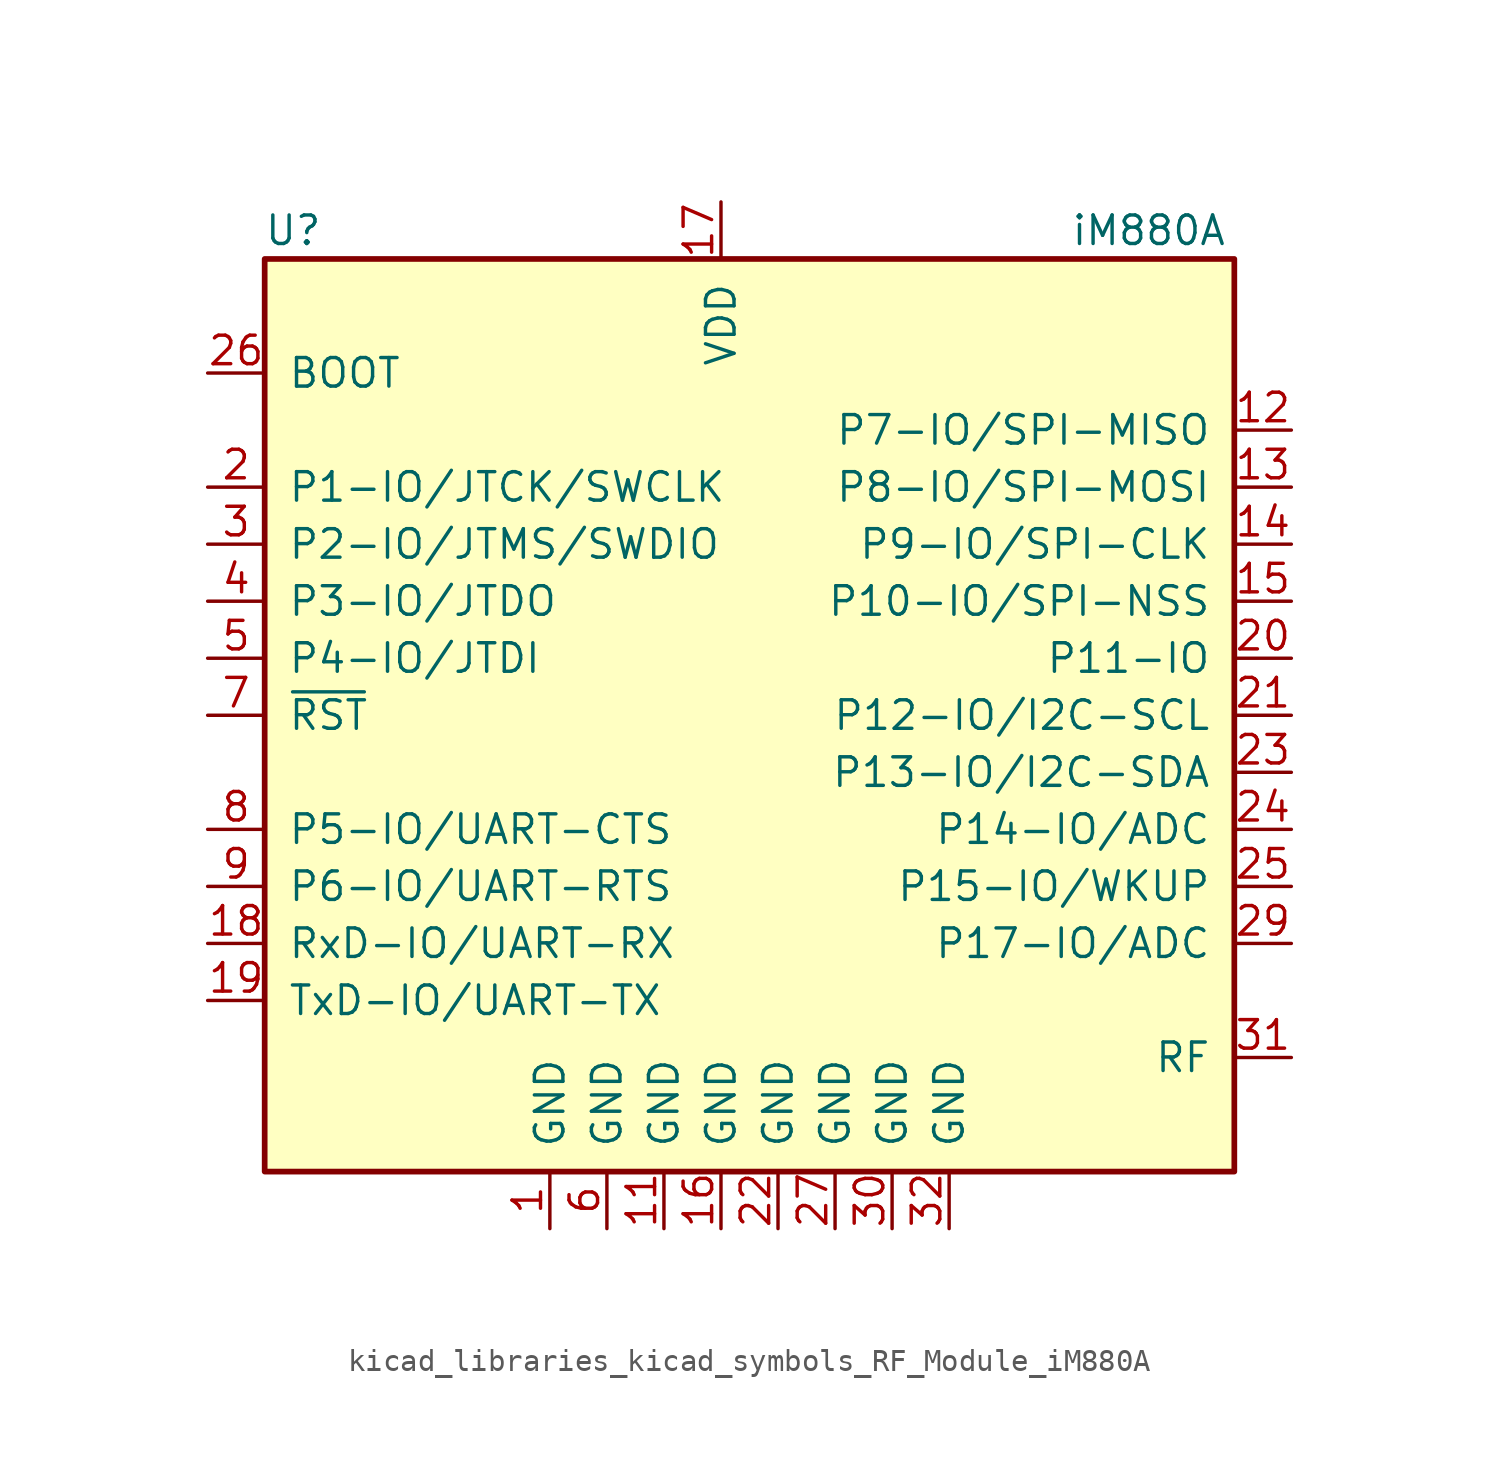
<source format=kicad_sym>
(kicad_symbol_lib
  (version 20220914)
  (generator kicad_symbol_editor)
  (symbol "kicad_libraries_kicad_symbols_RF_Module_iM880A"
    (pin_names
      (offset 1.016))
    (property "Reference" "U"
      (at -19.05 21.59 0)
      (effects (font (size 1.27 1.27))))
    (property "Value" "iM880A"
      (at 19.05 21.59 0)
      (effects (font (size 1.27 1.27))))
    (symbol "kicad_libraries_kicad_symbols_RF_Module_iM880A_0_1"
      (rectangle (start -20.32 20.32) (end 22.86 -20.32) (stroke (width 0.254) (type default)) (fill (type background))))
    (symbol "kicad_libraries_kicad_symbols_RF_Module_iM880A_1_1"
      (pin power_in line (at -7.62 -22.86 90) (length 2.54) (name "GND" (effects (font (size 1.27 1.27)))) (number "1" (effects (font (size 1.27 1.27)))))
      (pin no_connect line (at 5.08 20.32 270) (length 2.54) hide (name "NC" (effects (font (size 1.27 1.27)))) (number "10" (effects (font (size 1.27 1.27)))))
      (pin power_in line (at -2.54 -22.86 90) (length 2.54) (name "GND" (effects (font (size 1.27 1.27)))) (number "11" (effects (font (size 1.27 1.27)))))
      (pin bidirectional line (at 25.4 12.7 180) (length 2.54) (name "P7-IO/SPI-MISO" (effects (font (size 1.27 1.27)))) (number "12" (effects (font (size 1.27 1.27)))))
      (pin bidirectional line (at 25.4 10.16 180) (length 2.54) (name "P8-IO/SPI-MOSI" (effects (font (size 1.27 1.27)))) (number "13" (effects (font (size 1.27 1.27)))))
      (pin bidirectional line (at 25.4 7.62 180) (length 2.54) (name "P9-IO/SPI-CLK" (effects (font (size 1.27 1.27)))) (number "14" (effects (font (size 1.27 1.27)))))
      (pin bidirectional line (at 25.4 5.08 180) (length 2.54) (name "P10-IO/SPI-NSS" (effects (font (size 1.27 1.27)))) (number "15" (effects (font (size 1.27 1.27)))))
      (pin power_in line (at 0 -22.86 90) (length 2.54) (name "GND" (effects (font (size 1.27 1.27)))) (number "16" (effects (font (size 1.27 1.27)))))
      (pin power_in line (at 0 22.86 270) (length 2.54) (name "VDD" (effects (font (size 1.27 1.27)))) (number "17" (effects (font (size 1.27 1.27)))))
      (pin bidirectional line (at -22.86 -10.16 0) (length 2.54) (name "RxD-IO/UART-RX" (effects (font (size 1.27 1.27)))) (number "18" (effects (font (size 1.27 1.27)))))
      (pin bidirectional line (at -22.86 -12.7 0) (length 2.54) (name "TxD-IO/UART-TX" (effects (font (size 1.27 1.27)))) (number "19" (effects (font (size 1.27 1.27)))))
      (pin bidirectional line (at -22.86 10.16 0) (length 2.54) (name "P1-IO/JTCK/SWCLK" (effects (font (size 1.27 1.27)))) (number "2" (effects (font (size 1.27 1.27)))))
      (pin bidirectional line (at 25.4 2.54 180) (length 2.54) (name "P11-IO" (effects (font (size 1.27 1.27)))) (number "20" (effects (font (size 1.27 1.27)))))
      (pin bidirectional line (at 25.4 0 180) (length 2.54) (name "P12-IO/I2C-SCL" (effects (font (size 1.27 1.27)))) (number "21" (effects (font (size 1.27 1.27)))))
      (pin power_in line (at 2.54 -22.86 90) (length 2.54) (name "GND" (effects (font (size 1.27 1.27)))) (number "22" (effects (font (size 1.27 1.27)))))
      (pin bidirectional line (at 25.4 -2.54 180) (length 2.54) (name "P13-IO/I2C-SDA" (effects (font (size 1.27 1.27)))) (number "23" (effects (font (size 1.27 1.27)))))
      (pin bidirectional line (at 25.4 -5.08 180) (length 2.54) (name "P14-IO/ADC" (effects (font (size 1.27 1.27)))) (number "24" (effects (font (size 1.27 1.27)))))
      (pin bidirectional line (at 25.4 -7.62 180) (length 2.54) (name "P15-IO/WKUP" (effects (font (size 1.27 1.27)))) (number "25" (effects (font (size 1.27 1.27)))))
      (pin input line (at -22.86 15.24 0) (length 2.54) (name "BOOT" (effects (font (size 1.27 1.27)))) (number "26" (effects (font (size 1.27 1.27)))))
      (pin power_in line (at 5.08 -22.86 90) (length 2.54) (name "GND" (effects (font (size 1.27 1.27)))) (number "27" (effects (font (size 1.27 1.27)))))
      (pin no_connect line (at 7.62 20.32 270) (length 2.54) hide (name "NC" (effects (font (size 1.27 1.27)))) (number "28" (effects (font (size 1.27 1.27)))))
      (pin bidirectional line (at 25.4 -10.16 180) (length 2.54) (name "P17-IO/ADC" (effects (font (size 1.27 1.27)))) (number "29" (effects (font (size 1.27 1.27)))))
      (pin bidirectional line (at -22.86 7.62 0) (length 2.54) (name "P2-IO/JTMS/SWDIO" (effects (font (size 1.27 1.27)))) (number "3" (effects (font (size 1.27 1.27)))))
      (pin power_in line (at 7.62 -22.86 90) (length 2.54) (name "GND" (effects (font (size 1.27 1.27)))) (number "30" (effects (font (size 1.27 1.27)))))
      (pin bidirectional line (at 25.4 -15.24 180) (length 2.54) (name "RF" (effects (font (size 1.27 1.27)))) (number "31" (effects (font (size 1.27 1.27)))))
      (pin power_in line (at 10.16 -22.86 90) (length 2.54) (name "GND" (effects (font (size 1.27 1.27)))) (number "32" (effects (font (size 1.27 1.27)))))
      (pin bidirectional line (at -22.86 5.08 0) (length 2.54) (name "P3-IO/JTDO" (effects (font (size 1.27 1.27)))) (number "4" (effects (font (size 1.27 1.27)))))
      (pin bidirectional line (at -22.86 2.54 0) (length 2.54) (name "P4-IO/JTDI" (effects (font (size 1.27 1.27)))) (number "5" (effects (font (size 1.27 1.27)))))
      (pin power_in line (at -5.08 -22.86 90) (length 2.54) (name "GND" (effects (font (size 1.27 1.27)))) (number "6" (effects (font (size 1.27 1.27)))))
      (pin input line (at -22.86 0 0) (length 2.54) (name "~{RST}" (effects (font (size 1.27 1.27)))) (number "7" (effects (font (size 1.27 1.27)))))
      (pin bidirectional line (at -22.86 -5.08 0) (length 2.54) (name "P5-IO/UART-CTS" (effects (font (size 1.27 1.27)))) (number "8" (effects (font (size 1.27 1.27)))))
      (pin bidirectional line (at -22.86 -7.62 0) (length 2.54) (name "P6-IO/UART-RTS" (effects (font (size 1.27 1.27)))) (number "9" (effects (font (size 1.27 1.27))))))))
</source>
